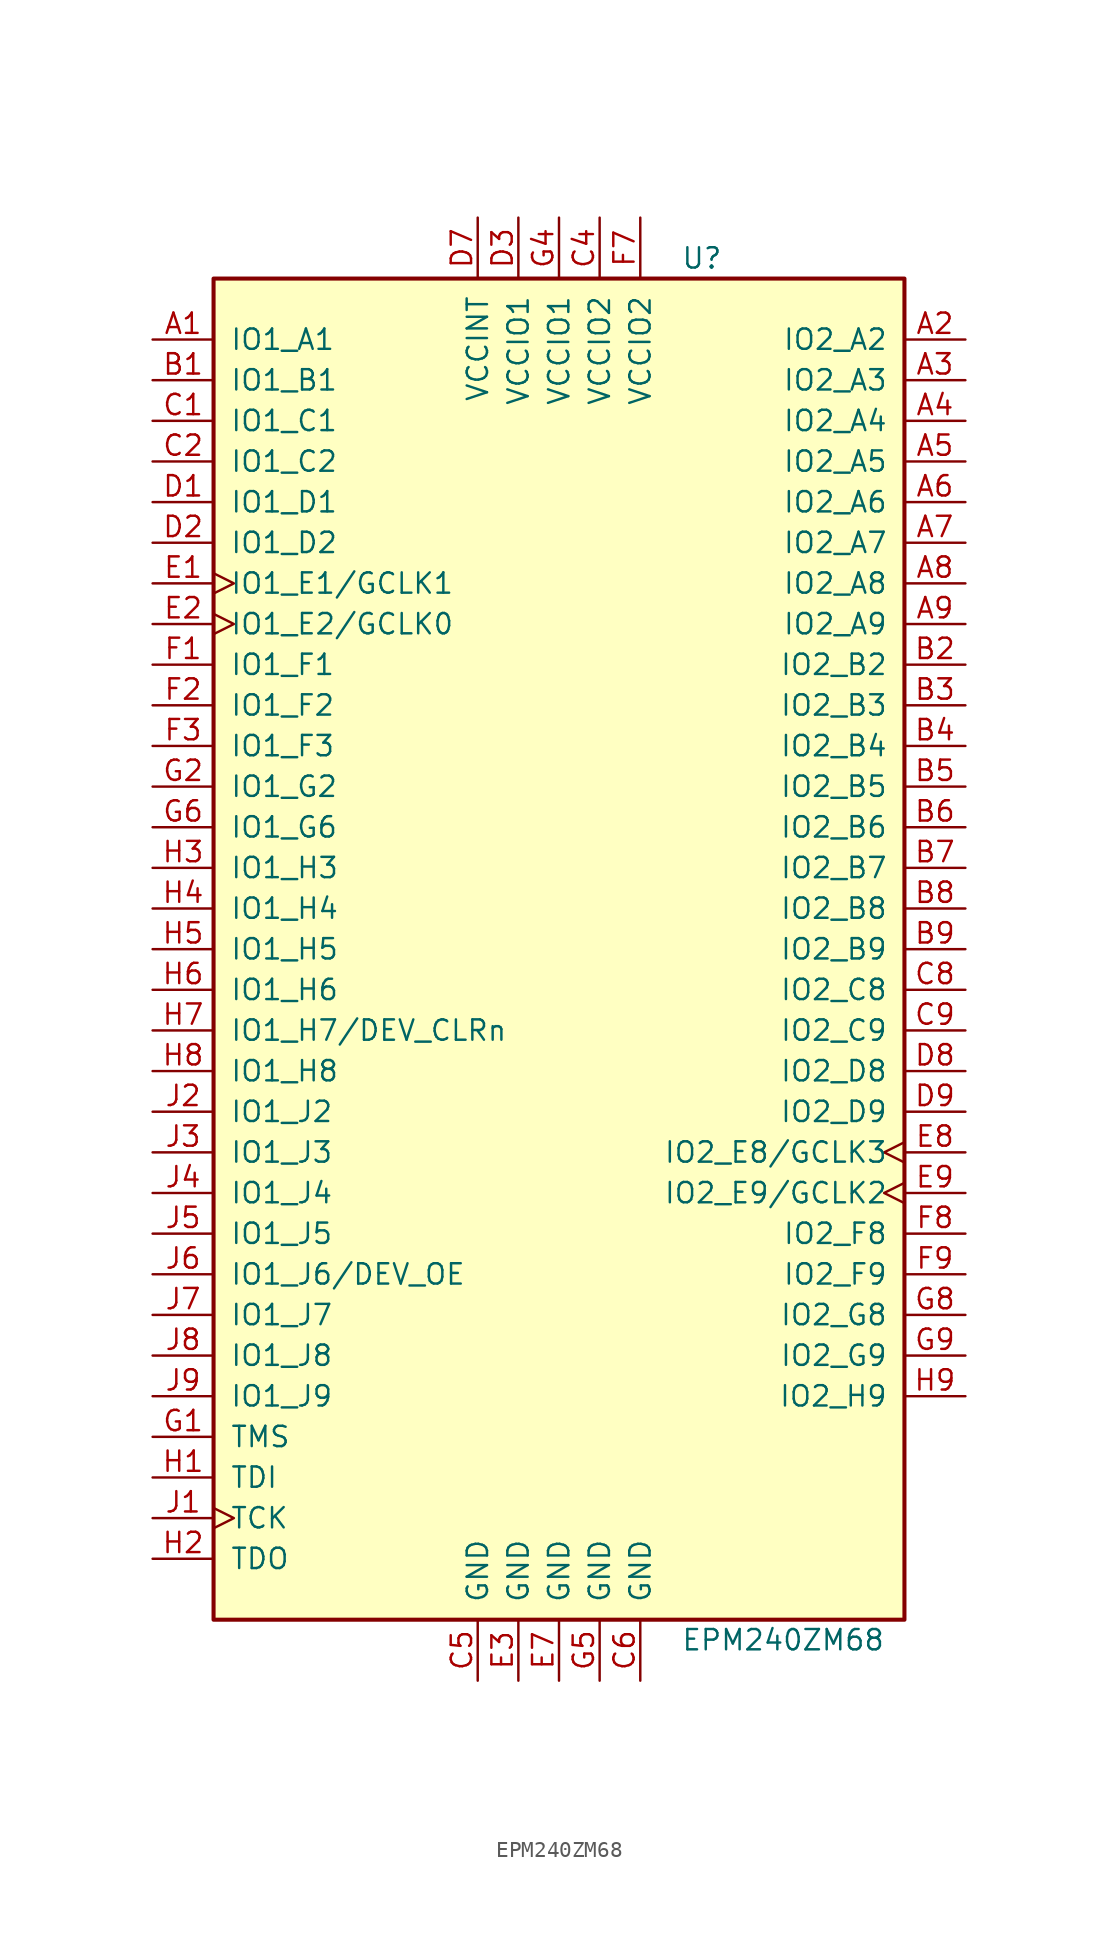
<source format=kicad_sym>
(kicad_symbol_lib
  (version 20211014)
  (generator kicad_symbol_editor)
  (symbol "EPM240ZM68"
    (pin_names
      (offset 1.016))
    (property "Reference" "U"
      (at 7.62 43.18 0)
      (effects (font (size 1.27 1.27)) (justify left)))
    (property "Value" "EPM240ZM68"
      (at 7.62 -43.18 0)
      (effects (font (size 1.27 1.27)) (justify left)))
    (property "ki_locked" ""
      (at 0 0 0)
      (effects (font (size 1.27 1.27))))
    (symbol "EPM240ZM68_1_1"
      (rectangle (start -21.59 41.91) (end 21.59 -41.91) (stroke (width 0.254) (type default) (color 0 0 0 0)) (fill (type background)))
      (pin bidirectional line (at -25.4 38.1 0) (length 3.81) (name "IO1_A1" (effects (font (size 1.27 1.27)))) (number "A1" (effects (font (size 1.27 1.27)))))
      (pin bidirectional line (at 25.4 38.1 180) (length 3.81) (name "IO2_A2" (effects (font (size 1.27 1.27)))) (number "A2" (effects (font (size 1.27 1.27)))))
      (pin bidirectional line (at 25.4 35.56 180) (length 3.81) (name "IO2_A3" (effects (font (size 1.27 1.27)))) (number "A3" (effects (font (size 1.27 1.27)))))
      (pin bidirectional line (at 25.4 33.02 180) (length 3.81) (name "IO2_A4" (effects (font (size 1.27 1.27)))) (number "A4" (effects (font (size 1.27 1.27)))))
      (pin bidirectional line (at 25.4 30.48 180) (length 3.81) (name "IO2_A5" (effects (font (size 1.27 1.27)))) (number "A5" (effects (font (size 1.27 1.27)))))
      (pin bidirectional line (at 25.4 27.94 180) (length 3.81) (name "IO2_A6" (effects (font (size 1.27 1.27)))) (number "A6" (effects (font (size 1.27 1.27)))))
      (pin bidirectional line (at 25.4 25.4 180) (length 3.81) (name "IO2_A7" (effects (font (size 1.27 1.27)))) (number "A7" (effects (font (size 1.27 1.27)))))
      (pin bidirectional line (at 25.4 22.86 180) (length 3.81) (name "IO2_A8" (effects (font (size 1.27 1.27)))) (number "A8" (effects (font (size 1.27 1.27)))))
      (pin bidirectional line (at 25.4 20.32 180) (length 3.81) (name "IO2_A9" (effects (font (size 1.27 1.27)))) (number "A9" (effects (font (size 1.27 1.27)))))
      (pin bidirectional line (at -25.4 35.56 0) (length 3.81) (name "IO1_B1" (effects (font (size 1.27 1.27)))) (number "B1" (effects (font (size 1.27 1.27)))))
      (pin bidirectional line (at 25.4 17.78 180) (length 3.81) (name "IO2_B2" (effects (font (size 1.27 1.27)))) (number "B2" (effects (font (size 1.27 1.27)))))
      (pin bidirectional line (at 25.4 15.24 180) (length 3.81) (name "IO2_B3" (effects (font (size 1.27 1.27)))) (number "B3" (effects (font (size 1.27 1.27)))))
      (pin bidirectional line (at 25.4 12.7 180) (length 3.81) (name "IO2_B4" (effects (font (size 1.27 1.27)))) (number "B4" (effects (font (size 1.27 1.27)))))
      (pin bidirectional line (at 25.4 10.16 180) (length 3.81) (name "IO2_B5" (effects (font (size 1.27 1.27)))) (number "B5" (effects (font (size 1.27 1.27)))))
      (pin bidirectional line (at 25.4 7.62 180) (length 3.81) (name "IO2_B6" (effects (font (size 1.27 1.27)))) (number "B6" (effects (font (size 1.27 1.27)))))
      (pin bidirectional line (at 25.4 5.08 180) (length 3.81) (name "IO2_B7" (effects (font (size 1.27 1.27)))) (number "B7" (effects (font (size 1.27 1.27)))))
      (pin bidirectional line (at 25.4 2.54 180) (length 3.81) (name "IO2_B8" (effects (font (size 1.27 1.27)))) (number "B8" (effects (font (size 1.27 1.27)))))
      (pin bidirectional line (at 25.4 0 180) (length 3.81) (name "IO2_B9" (effects (font (size 1.27 1.27)))) (number "B9" (effects (font (size 1.27 1.27)))))
      (pin bidirectional line (at -25.4 33.02 0) (length 3.81) (name "IO1_C1" (effects (font (size 1.27 1.27)))) (number "C1" (effects (font (size 1.27 1.27)))))
      (pin bidirectional line (at -25.4 30.48 0) (length 3.81) (name "IO1_C2" (effects (font (size 1.27 1.27)))) (number "C2" (effects (font (size 1.27 1.27)))))
      (pin power_in line (at 2.54 45.72 270) (length 3.81) (name "VCCIO2" (effects (font (size 1.27 1.27)))) (number "C4" (effects (font (size 1.27 1.27)))))
      (pin power_in line (at -5.08 -45.72 90) (length 3.81) (name "GND" (effects (font (size 1.27 1.27)))) (number "C5" (effects (font (size 1.27 1.27)))))
      (pin power_in line (at 5.08 -45.72 90) (length 3.81) (name "GND" (effects (font (size 1.27 1.27)))) (number "C6" (effects (font (size 1.27 1.27)))))
      (pin bidirectional line (at 25.4 -2.54 180) (length 3.81) (name "IO2_C8" (effects (font (size 1.27 1.27)))) (number "C8" (effects (font (size 1.27 1.27)))))
      (pin bidirectional line (at 25.4 -5.08 180) (length 3.81) (name "IO2_C9" (effects (font (size 1.27 1.27)))) (number "C9" (effects (font (size 1.27 1.27)))))
      (pin bidirectional line (at -25.4 27.94 0) (length 3.81) (name "IO1_D1" (effects (font (size 1.27 1.27)))) (number "D1" (effects (font (size 1.27 1.27)))))
      (pin bidirectional line (at -25.4 25.4 0) (length 3.81) (name "IO1_D2" (effects (font (size 1.27 1.27)))) (number "D2" (effects (font (size 1.27 1.27)))))
      (pin power_in line (at -2.54 45.72 270) (length 3.81) (name "VCCIO1" (effects (font (size 1.27 1.27)))) (number "D3" (effects (font (size 1.27 1.27)))))
      (pin power_in line (at -5.08 45.72 270) (length 3.81) (name "VCCINT" (effects (font (size 1.27 1.27)))) (number "D7" (effects (font (size 1.27 1.27)))))
      (pin bidirectional line (at 25.4 -7.62 180) (length 3.81) (name "IO2_D8" (effects (font (size 1.27 1.27)))) (number "D8" (effects (font (size 1.27 1.27)))))
      (pin bidirectional line (at 25.4 -10.16 180) (length 3.81) (name "IO2_D9" (effects (font (size 1.27 1.27)))) (number "D9" (effects (font (size 1.27 1.27)))))
      (pin bidirectional clock (at -25.4 22.86 0) (length 3.81) (name "IO1_E1/GCLK1" (effects (font (size 1.27 1.27)))) (number "E1" (effects (font (size 1.27 1.27)))))
      (pin bidirectional clock (at -25.4 20.32 0) (length 3.81) (name "IO1_E2/GCLK0" (effects (font (size 1.27 1.27)))) (number "E2" (effects (font (size 1.27 1.27)))))
      (pin power_in line (at -2.54 -45.72 90) (length 3.81) (name "GND" (effects (font (size 1.27 1.27)))) (number "E3" (effects (font (size 1.27 1.27)))))
      (pin power_in line (at 0 -45.72 90) (length 3.81) (name "GND" (effects (font (size 1.27 1.27)))) (number "E7" (effects (font (size 1.27 1.27)))))
      (pin bidirectional clock (at 25.4 -12.7 180) (length 3.81) (name "IO2_E8/GCLK3" (effects (font (size 1.27 1.27)))) (number "E8" (effects (font (size 1.27 1.27)))))
      (pin bidirectional clock (at 25.4 -15.24 180) (length 3.81) (name "IO2_E9/GCLK2" (effects (font (size 1.27 1.27)))) (number "E9" (effects (font (size 1.27 1.27)))))
      (pin bidirectional line (at -25.4 17.78 0) (length 3.81) (name "IO1_F1" (effects (font (size 1.27 1.27)))) (number "F1" (effects (font (size 1.27 1.27)))))
      (pin bidirectional line (at -25.4 15.24 0) (length 3.81) (name "IO1_F2" (effects (font (size 1.27 1.27)))) (number "F2" (effects (font (size 1.27 1.27)))))
      (pin bidirectional line (at -25.4 12.7 0) (length 3.81) (name "IO1_F3" (effects (font (size 1.27 1.27)))) (number "F3" (effects (font (size 1.27 1.27)))))
      (pin power_in line (at 5.08 45.72 270) (length 3.81) (name "VCCIO2" (effects (font (size 1.27 1.27)))) (number "F7" (effects (font (size 1.27 1.27)))))
      (pin bidirectional line (at 25.4 -17.78 180) (length 3.81) (name "IO2_F8" (effects (font (size 1.27 1.27)))) (number "F8" (effects (font (size 1.27 1.27)))))
      (pin bidirectional line (at 25.4 -20.32 180) (length 3.81) (name "IO2_F9" (effects (font (size 1.27 1.27)))) (number "F9" (effects (font (size 1.27 1.27)))))
      (pin input line (at -25.4 -30.48 0) (length 3.81) (name "TMS" (effects (font (size 1.27 1.27)))) (number "G1" (effects (font (size 1.27 1.27)))))
      (pin bidirectional line (at -25.4 10.16 0) (length 3.81) (name "IO1_G2" (effects (font (size 1.27 1.27)))) (number "G2" (effects (font (size 1.27 1.27)))))
      (pin power_in line (at 0 45.72 270) (length 3.81) (name "VCCIO1" (effects (font (size 1.27 1.27)))) (number "G4" (effects (font (size 1.27 1.27)))))
      (pin power_in line (at 2.54 -45.72 90) (length 3.81) (name "GND" (effects (font (size 1.27 1.27)))) (number "G5" (effects (font (size 1.27 1.27)))))
      (pin bidirectional line (at -25.4 7.62 0) (length 3.81) (name "IO1_G6" (effects (font (size 1.27 1.27)))) (number "G6" (effects (font (size 1.27 1.27)))))
      (pin bidirectional line (at 25.4 -22.86 180) (length 3.81) (name "IO2_G8" (effects (font (size 1.27 1.27)))) (number "G8" (effects (font (size 1.27 1.27)))))
      (pin bidirectional line (at 25.4 -25.4 180) (length 3.81) (name "IO2_G9" (effects (font (size 1.27 1.27)))) (number "G9" (effects (font (size 1.27 1.27)))))
      (pin input line (at -25.4 -33.02 0) (length 3.81) (name "TDI" (effects (font (size 1.27 1.27)))) (number "H1" (effects (font (size 1.27 1.27)))))
      (pin output line (at -25.4 -38.1 0) (length 3.81) (name "TDO" (effects (font (size 1.27 1.27)))) (number "H2" (effects (font (size 1.27 1.27)))))
      (pin bidirectional line (at -25.4 5.08 0) (length 3.81) (name "IO1_H3" (effects (font (size 1.27 1.27)))) (number "H3" (effects (font (size 1.27 1.27)))))
      (pin bidirectional line (at -25.4 2.54 0) (length 3.81) (name "IO1_H4" (effects (font (size 1.27 1.27)))) (number "H4" (effects (font (size 1.27 1.27)))))
      (pin bidirectional line (at -25.4 0 0) (length 3.81) (name "IO1_H5" (effects (font (size 1.27 1.27)))) (number "H5" (effects (font (size 1.27 1.27)))))
      (pin bidirectional line (at -25.4 -2.54 0) (length 3.81) (name "IO1_H6" (effects (font (size 1.27 1.27)))) (number "H6" (effects (font (size 1.27 1.27)))))
      (pin bidirectional line (at -25.4 -5.08 0) (length 3.81) (name "IO1_H7/DEV_CLRn" (effects (font (size 1.27 1.27)))) (number "H7" (effects (font (size 1.27 1.27)))))
      (pin bidirectional line (at -25.4 -7.62 0) (length 3.81) (name "IO1_H8" (effects (font (size 1.27 1.27)))) (number "H8" (effects (font (size 1.27 1.27)))))
      (pin bidirectional line (at 25.4 -27.94 180) (length 3.81) (name "IO2_H9" (effects (font (size 1.27 1.27)))) (number "H9" (effects (font (size 1.27 1.27)))))
      (pin input clock (at -25.4 -35.56 0) (length 3.81) (name "TCK" (effects (font (size 1.27 1.27)))) (number "J1" (effects (font (size 1.27 1.27)))))
      (pin bidirectional line (at -25.4 -10.16 0) (length 3.81) (name "IO1_J2" (effects (font (size 1.27 1.27)))) (number "J2" (effects (font (size 1.27 1.27)))))
      (pin bidirectional line (at -25.4 -12.7 0) (length 3.81) (name "IO1_J3" (effects (font (size 1.27 1.27)))) (number "J3" (effects (font (size 1.27 1.27)))))
      (pin bidirectional line (at -25.4 -15.24 0) (length 3.81) (name "IO1_J4" (effects (font (size 1.27 1.27)))) (number "J4" (effects (font (size 1.27 1.27)))))
      (pin bidirectional line (at -25.4 -17.78 0) (length 3.81) (name "IO1_J5" (effects (font (size 1.27 1.27)))) (number "J5" (effects (font (size 1.27 1.27)))))
      (pin bidirectional line (at -25.4 -20.32 0) (length 3.81) (name "IO1_J6/DEV_OE" (effects (font (size 1.27 1.27)))) (number "J6" (effects (font (size 1.27 1.27)))))
      (pin bidirectional line (at -25.4 -22.86 0) (length 3.81) (name "IO1_J7" (effects (font (size 1.27 1.27)))) (number "J7" (effects (font (size 1.27 1.27)))))
      (pin bidirectional line (at -25.4 -25.4 0) (length 3.81) (name "IO1_J8" (effects (font (size 1.27 1.27)))) (number "J8" (effects (font (size 1.27 1.27)))))
      (pin bidirectional line (at -25.4 -27.94 0) (length 3.81) (name "IO1_J9" (effects (font (size 1.27 1.27)))) (number "J9" (effects (font (size 1.27 1.27))))))))
</source>
